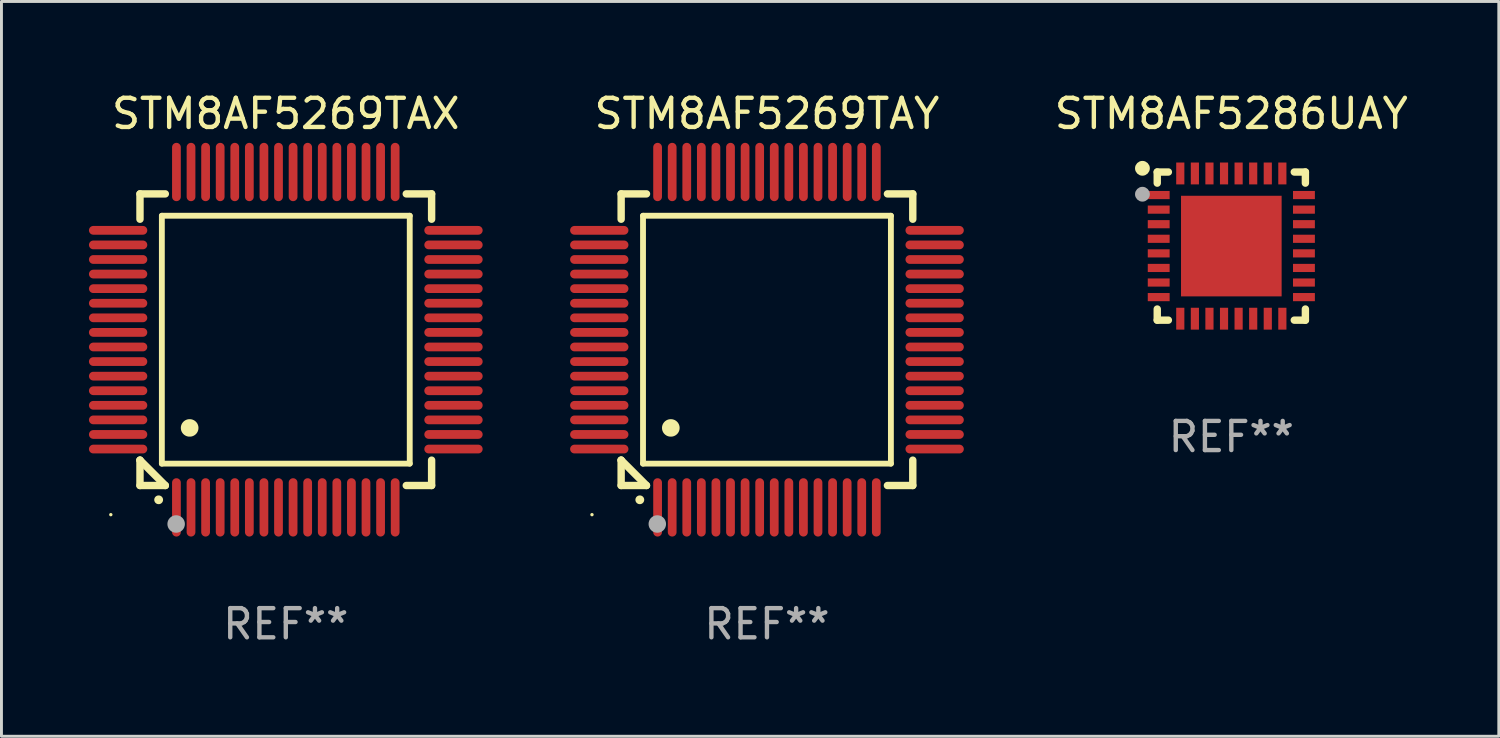
<source format=kicad_pcb>
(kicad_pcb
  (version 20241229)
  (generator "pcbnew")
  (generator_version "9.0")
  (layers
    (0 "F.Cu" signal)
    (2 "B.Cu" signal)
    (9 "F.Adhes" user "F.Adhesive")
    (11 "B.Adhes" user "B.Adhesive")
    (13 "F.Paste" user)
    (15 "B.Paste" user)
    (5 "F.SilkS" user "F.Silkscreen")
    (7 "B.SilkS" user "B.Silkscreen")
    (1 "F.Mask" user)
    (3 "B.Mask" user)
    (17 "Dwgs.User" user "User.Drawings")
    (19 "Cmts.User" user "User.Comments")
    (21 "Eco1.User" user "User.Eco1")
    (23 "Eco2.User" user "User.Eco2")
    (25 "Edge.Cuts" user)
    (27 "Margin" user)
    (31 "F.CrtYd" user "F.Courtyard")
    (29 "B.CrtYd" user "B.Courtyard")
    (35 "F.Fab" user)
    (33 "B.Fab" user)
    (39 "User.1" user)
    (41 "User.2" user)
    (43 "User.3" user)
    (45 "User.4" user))
  (footprint "STM8AF5269TAY"
    (layer "F.Cu")
    (at 23.249 8.598)
    (property "Reference" "STM8AF5269TAY" (at 0 -7.75 0) (layer "F.SilkS") (effects (font (size 1 1) (thickness 0.15))))
    (attr through_hole)
    (fp_line (start -5 -5) (end -4.131 -5) (stroke (width 0.254) (type solid)) (layer "F.SilkS"))
    (fp_line (start -5 -4.131) (end -5 -5) (stroke (width 0.254) (type solid)) (layer "F.SilkS"))
    (fp_line (start -5 4.131) (end -5 4.131) (stroke (width 0.254) (type solid)) (layer "F.SilkS"))
    (fp_line (start -5 5) (end -5 4.131) (stroke (width 0.254) (type solid)) (layer "F.SilkS"))
    (fp_line (start -5 4.131) (end -4.131 5) (stroke (width 0.254) (type solid)) (layer "F.SilkS"))
    (fp_line (start -4.25 -4.25) (end -4.25 4.25) (stroke (width 0.2) (type solid)) (layer "F.SilkS"))
    (fp_line (start -4.25 4.25) (end 4.25 4.25) (stroke (width 0.2) (type solid)) (layer "F.SilkS"))
    (fp_line (start -4.131 5) (end -5 5) (stroke (width 0.254) (type solid)) (layer "F.SilkS"))
    (fp_line (start 4.25 -4.25) (end -4.25 -4.25) (stroke (width 0.2) (type solid)) (layer "F.SilkS"))
    (fp_line (start 4.25 4.25) (end 4.25 -4.25) (stroke (width 0.2) (type solid)) (layer "F.SilkS"))
    (fp_line (start 5 -5) (end 4.131 -5) (stroke (width 0.254) (type solid)) (layer "F.SilkS"))
    (fp_line (start 5 -5) (end 5 -4.131) (stroke (width 0.254) (type solid)) (layer "F.SilkS"))
    (fp_line (start 5 4.131) (end 5 5) (stroke (width 0.254) (type solid)) (layer "F.SilkS"))
    (fp_line (start 5 5) (end 4.131 5) (stroke (width 0.254) (type solid)) (layer "F.SilkS"))
    (fp_arc (start -4.361265 5.489992) (mid -4.359995 5.489987) (end -4.358725 5.489992) (stroke (width 0.3) (type solid)) (layer "F.SilkS"))
    (fp_arc (start -3.299467 3.025146) (mid -3.296927 3.025135) (end -3.294387 3.025146) (stroke (width 0.6) (type solid)) (layer "F.SilkS"))
    (fp_circle (center -6 6) (end -5.97 6) (stroke (width 0.06) (type solid)) (fill no) (layer "F.SilkS"))
    (fp_circle (center -3.76 6.32) (end -3.61 6.32) (stroke (width 0.3) (type solid)) (fill no) (layer "F.Fab"))
    (fp_text user "REF**" (at 0 9.75 0) (layer "F.Fab") (effects (font (size 1 1) (thickness 0.15))))
    (pad "1" smd oval (at -3.75 5.75) (size 0.3 2) (layers "F.Cu" "F.Mask" "F.Paste"))
    (pad "2" smd oval (at -3.25 5.75) (size 0.3 2) (layers "F.Cu" "F.Mask" "F.Paste"))
    (pad "3" smd oval (at -2.75 5.75) (size 0.3 2) (layers "F.Cu" "F.Mask" "F.Paste"))
    (pad "4" smd oval (at -2.25 5.75) (size 0.3 2) (layers "F.Cu" "F.Mask" "F.Paste"))
    (pad "5" smd oval (at -1.75 5.75) (size 0.3 2) (layers "F.Cu" "F.Mask" "F.Paste"))
    (pad "6" smd oval (at -1.25 5.75) (size 0.3 2) (layers "F.Cu" "F.Mask" "F.Paste"))
    (pad "7" smd oval (at -0.75 5.75) (size 0.3 2) (layers "F.Cu" "F.Mask" "F.Paste"))
    (pad "8" smd oval (at -0.25 5.75) (size 0.3 2) (layers "F.Cu" "F.Mask" "F.Paste"))
    (pad "9" smd oval (at 0.25 5.75) (size 0.3 2) (layers "F.Cu" "F.Mask" "F.Paste"))
    (pad "10" smd oval (at 0.75 5.75) (size 0.3 2) (layers "F.Cu" "F.Mask" "F.Paste"))
    (pad "11" smd oval (at 1.25 5.75) (size 0.3 2) (layers "F.Cu" "F.Mask" "F.Paste"))
    (pad "12" smd oval (at 1.75 5.75) (size 0.3 2) (layers "F.Cu" "F.Mask" "F.Paste"))
    (pad "13" smd oval (at 2.25 5.75) (size 0.3 2) (layers "F.Cu" "F.Mask" "F.Paste"))
    (pad "14" smd oval (at 2.75 5.75) (size 0.3 2) (layers "F.Cu" "F.Mask" "F.Paste"))
    (pad "15" smd oval (at 3.25 5.75) (size 0.3 2) (layers "F.Cu" "F.Mask" "F.Paste"))
    (pad "16" smd oval (at 3.75 5.75) (size 0.3 2) (layers "F.Cu" "F.Mask" "F.Paste"))
    (pad "17" smd oval (at 5.75 3.75) (size 2 0.3) (layers "F.Cu" "F.Mask" "F.Paste"))
    (pad "18" smd oval (at 5.75 3.25) (size 2 0.3) (layers "F.Cu" "F.Mask" "F.Paste"))
    (pad "19" smd oval (at 5.75 2.75) (size 2 0.3) (layers "F.Cu" "F.Mask" "F.Paste"))
    (pad "20" smd oval (at 5.75 2.25) (size 2 0.3) (layers "F.Cu" "F.Mask" "F.Paste"))
    (pad "21" smd oval (at 5.75 1.75) (size 2 0.3) (layers "F.Cu" "F.Mask" "F.Paste"))
    (pad "22" smd oval (at 5.75 1.25) (size 2 0.3) (layers "F.Cu" "F.Mask" "F.Paste"))
    (pad "23" smd oval (at 5.75 0.75) (size 2 0.3) (layers "F.Cu" "F.Mask" "F.Paste"))
    (pad "24" smd oval (at 5.75 0.25) (size 2 0.3) (layers "F.Cu" "F.Mask" "F.Paste"))
    (pad "25" smd oval (at 5.75 -0.25) (size 2 0.3) (layers "F.Cu" "F.Mask" "F.Paste"))
    (pad "26" smd oval (at 5.75 -0.75) (size 2 0.3) (layers "F.Cu" "F.Mask" "F.Paste"))
    (pad "27" smd oval (at 5.75 -1.25) (size 2 0.3) (layers "F.Cu" "F.Mask" "F.Paste"))
    (pad "28" smd oval (at 5.75 -1.75) (size 2 0.3) (layers "F.Cu" "F.Mask" "F.Paste"))
    (pad "29" smd oval (at 5.75 -2.25) (size 2 0.3) (layers "F.Cu" "F.Mask" "F.Paste"))
    (pad "30" smd oval (at 5.75 -2.75) (size 2 0.3) (layers "F.Cu" "F.Mask" "F.Paste"))
    (pad "31" smd oval (at 5.75 -3.25) (size 2 0.3) (layers "F.Cu" "F.Mask" "F.Paste"))
    (pad "32" smd oval (at 5.75 -3.75) (size 2 0.3) (layers "F.Cu" "F.Mask" "F.Paste"))
    (pad "33" smd oval (at 3.75 -5.75) (size 0.3 2) (layers "F.Cu" "F.Mask" "F.Paste"))
    (pad "34" smd oval (at 3.25 -5.75) (size 0.3 2) (layers "F.Cu" "F.Mask" "F.Paste"))
    (pad "35" smd oval (at 2.75 -5.75) (size 0.3 2) (layers "F.Cu" "F.Mask" "F.Paste"))
    (pad "36" smd oval (at 2.25 -5.75) (size 0.3 2) (layers "F.Cu" "F.Mask" "F.Paste"))
    (pad "37" smd oval (at 1.75 -5.75) (size 0.3 2) (layers "F.Cu" "F.Mask" "F.Paste"))
    (pad "38" smd oval (at 1.25 -5.75) (size 0.3 2) (layers "F.Cu" "F.Mask" "F.Paste"))
    (pad "39" smd oval (at 0.75 -5.75) (size 0.3 2) (layers "F.Cu" "F.Mask" "F.Paste"))
    (pad "40" smd oval (at 0.25 -5.75) (size 0.3 2) (layers "F.Cu" "F.Mask" "F.Paste"))
    (pad "41" smd oval (at -0.25 -5.75) (size 0.3 2) (layers "F.Cu" "F.Mask" "F.Paste"))
    (pad "42" smd oval (at -0.75 -5.75) (size 0.3 2) (layers "F.Cu" "F.Mask" "F.Paste"))
    (pad "43" smd oval (at -1.25 -5.75) (size 0.3 2) (layers "F.Cu" "F.Mask" "F.Paste"))
    (pad "44" smd oval (at -1.75 -5.75) (size 0.3 2) (layers "F.Cu" "F.Mask" "F.Paste"))
    (pad "45" smd oval (at -2.25 -5.75) (size 0.3 2) (layers "F.Cu" "F.Mask" "F.Paste"))
    (pad "46" smd oval (at -2.75 -5.75) (size 0.3 2) (layers "F.Cu" "F.Mask" "F.Paste"))
    (pad "47" smd oval (at -3.25 -5.75) (size 0.3 2) (layers "F.Cu" "F.Mask" "F.Paste"))
    (pad "48" smd oval (at -3.75 -5.75) (size 0.3 2) (layers "F.Cu" "F.Mask" "F.Paste"))
    (pad "49" smd oval (at -5.75 -3.75) (size 2 0.3) (layers "F.Cu" "F.Mask" "F.Paste"))
    (pad "50" smd oval (at -5.75 -3.25) (size 2 0.3) (layers "F.Cu" "F.Mask" "F.Paste"))
    (pad "51" smd oval (at -5.75 -2.75) (size 2 0.3) (layers "F.Cu" "F.Mask" "F.Paste"))
    (pad "52" smd oval (at -5.75 -2.25) (size 2 0.3) (layers "F.Cu" "F.Mask" "F.Paste"))
    (pad "53" smd oval (at -5.75 -1.75) (size 2 0.3) (layers "F.Cu" "F.Mask" "F.Paste"))
    (pad "54" smd oval (at -5.75 -1.25) (size 2 0.3) (layers "F.Cu" "F.Mask" "F.Paste"))
    (pad "55" smd oval (at -5.75 -0.75) (size 2 0.3) (layers "F.Cu" "F.Mask" "F.Paste"))
    (pad "56" smd oval (at -5.75 -0.25) (size 2 0.3) (layers "F.Cu" "F.Mask" "F.Paste"))
    (pad "57" smd oval (at -5.75 0.25) (size 2 0.3) (layers "F.Cu" "F.Mask" "F.Paste"))
    (pad "58" smd oval (at -5.75 0.75) (size 2 0.3) (layers "F.Cu" "F.Mask" "F.Paste"))
    (pad "59" smd oval (at -5.75 1.25) (size 2 0.3) (layers "F.Cu" "F.Mask" "F.Paste"))
    (pad "60" smd oval (at -5.75 1.75) (size 2 0.3) (layers "F.Cu" "F.Mask" "F.Paste"))
    (pad "61" smd oval (at -5.75 2.25) (size 2 0.3) (layers "F.Cu" "F.Mask" "F.Paste"))
    (pad "62" smd oval (at -5.75 2.75) (size 2 0.3) (layers "F.Cu" "F.Mask" "F.Paste"))
    (pad "63" smd oval (at -5.75 3.25) (size 2 0.3) (layers "F.Cu" "F.Mask" "F.Paste"))
    (pad "64" smd oval (at -5.75 3.75) (size 2 0.3) (layers "F.Cu" "F.Mask" "F.Paste")))
  (footprint "STM8AF5269TAX"
    (layer "F.Cu")
    (at 6.75 8.598)
    (property "Reference" "STM8AF5269TAX" (at 0 -7.75 0) (layer "F.SilkS") (effects (font (size 1 1) (thickness 0.15))))
    (attr through_hole)
    (fp_line (start -5 -5) (end -4.131 -5) (stroke (width 0.254) (type solid)) (layer "F.SilkS"))
    (fp_line (start -5 -4.131) (end -5 -5) (stroke (width 0.254) (type solid)) (layer "F.SilkS"))
    (fp_line (start -5 4.131) (end -5 4.131) (stroke (width 0.254) (type solid)) (layer "F.SilkS"))
    (fp_line (start -5 5) (end -5 4.131) (stroke (width 0.254) (type solid)) (layer "F.SilkS"))
    (fp_line (start -5 4.131) (end -4.131 5) (stroke (width 0.254) (type solid)) (layer "F.SilkS"))
    (fp_line (start -4.25 -4.25) (end -4.25 4.25) (stroke (width 0.2) (type solid)) (layer "F.SilkS"))
    (fp_line (start -4.25 4.25) (end 4.25 4.25) (stroke (width 0.2) (type solid)) (layer "F.SilkS"))
    (fp_line (start -4.131 5) (end -5 5) (stroke (width 0.254) (type solid)) (layer "F.SilkS"))
    (fp_line (start 4.25 -4.25) (end -4.25 -4.25) (stroke (width 0.2) (type solid)) (layer "F.SilkS"))
    (fp_line (start 4.25 4.25) (end 4.25 -4.25) (stroke (width 0.2) (type solid)) (layer "F.SilkS"))
    (fp_line (start 5 -5) (end 4.131 -5) (stroke (width 0.254) (type solid)) (layer "F.SilkS"))
    (fp_line (start 5 -5) (end 5 -4.131) (stroke (width 0.254) (type solid)) (layer "F.SilkS"))
    (fp_line (start 5 4.131) (end 5 5) (stroke (width 0.254) (type solid)) (layer "F.SilkS"))
    (fp_line (start 5 5) (end 4.131 5) (stroke (width 0.254) (type solid)) (layer "F.SilkS"))
    (fp_arc (start -4.361265 5.489992) (mid -4.359995 5.489987) (end -4.358725 5.489992) (stroke (width 0.3) (type solid)) (layer "F.SilkS"))
    (fp_arc (start -3.299467 3.025146) (mid -3.296927 3.025135) (end -3.294387 3.025146) (stroke (width 0.6) (type solid)) (layer "F.SilkS"))
    (fp_circle (center -6 6) (end -5.97 6) (stroke (width 0.06) (type solid)) (fill no) (layer "F.SilkS"))
    (fp_circle (center -3.76 6.32) (end -3.61 6.32) (stroke (width 0.3) (type solid)) (fill no) (layer "F.Fab"))
    (fp_text user "REF**" (at 0 9.75 0) (layer "F.Fab") (effects (font (size 1 1) (thickness 0.15))))
    (pad "1" smd oval (at -3.75 5.75) (size 0.3 2) (layers "F.Cu" "F.Mask" "F.Paste"))
    (pad "2" smd oval (at -3.25 5.75) (size 0.3 2) (layers "F.Cu" "F.Mask" "F.Paste"))
    (pad "3" smd oval (at -2.75 5.75) (size 0.3 2) (layers "F.Cu" "F.Mask" "F.Paste"))
    (pad "4" smd oval (at -2.25 5.75) (size 0.3 2) (layers "F.Cu" "F.Mask" "F.Paste"))
    (pad "5" smd oval (at -1.75 5.75) (size 0.3 2) (layers "F.Cu" "F.Mask" "F.Paste"))
    (pad "6" smd oval (at -1.25 5.75) (size 0.3 2) (layers "F.Cu" "F.Mask" "F.Paste"))
    (pad "7" smd oval (at -0.75 5.75) (size 0.3 2) (layers "F.Cu" "F.Mask" "F.Paste"))
    (pad "8" smd oval (at -0.25 5.75) (size 0.3 2) (layers "F.Cu" "F.Mask" "F.Paste"))
    (pad "9" smd oval (at 0.25 5.75) (size 0.3 2) (layers "F.Cu" "F.Mask" "F.Paste"))
    (pad "10" smd oval (at 0.75 5.75) (size 0.3 2) (layers "F.Cu" "F.Mask" "F.Paste"))
    (pad "11" smd oval (at 1.25 5.75) (size 0.3 2) (layers "F.Cu" "F.Mask" "F.Paste"))
    (pad "12" smd oval (at 1.75 5.75) (size 0.3 2) (layers "F.Cu" "F.Mask" "F.Paste"))
    (pad "13" smd oval (at 2.25 5.75) (size 0.3 2) (layers "F.Cu" "F.Mask" "F.Paste"))
    (pad "14" smd oval (at 2.75 5.75) (size 0.3 2) (layers "F.Cu" "F.Mask" "F.Paste"))
    (pad "15" smd oval (at 3.25 5.75) (size 0.3 2) (layers "F.Cu" "F.Mask" "F.Paste"))
    (pad "16" smd oval (at 3.75 5.75) (size 0.3 2) (layers "F.Cu" "F.Mask" "F.Paste"))
    (pad "17" smd oval (at 5.75 3.75) (size 2 0.3) (layers "F.Cu" "F.Mask" "F.Paste"))
    (pad "18" smd oval (at 5.75 3.25) (size 2 0.3) (layers "F.Cu" "F.Mask" "F.Paste"))
    (pad "19" smd oval (at 5.75 2.75) (size 2 0.3) (layers "F.Cu" "F.Mask" "F.Paste"))
    (pad "20" smd oval (at 5.75 2.25) (size 2 0.3) (layers "F.Cu" "F.Mask" "F.Paste"))
    (pad "21" smd oval (at 5.75 1.75) (size 2 0.3) (layers "F.Cu" "F.Mask" "F.Paste"))
    (pad "22" smd oval (at 5.75 1.25) (size 2 0.3) (layers "F.Cu" "F.Mask" "F.Paste"))
    (pad "23" smd oval (at 5.75 0.75) (size 2 0.3) (layers "F.Cu" "F.Mask" "F.Paste"))
    (pad "24" smd oval (at 5.75 0.25) (size 2 0.3) (layers "F.Cu" "F.Mask" "F.Paste"))
    (pad "25" smd oval (at 5.75 -0.25) (size 2 0.3) (layers "F.Cu" "F.Mask" "F.Paste"))
    (pad "26" smd oval (at 5.75 -0.75) (size 2 0.3) (layers "F.Cu" "F.Mask" "F.Paste"))
    (pad "27" smd oval (at 5.75 -1.25) (size 2 0.3) (layers "F.Cu" "F.Mask" "F.Paste"))
    (pad "28" smd oval (at 5.75 -1.75) (size 2 0.3) (layers "F.Cu" "F.Mask" "F.Paste"))
    (pad "29" smd oval (at 5.75 -2.25) (size 2 0.3) (layers "F.Cu" "F.Mask" "F.Paste"))
    (pad "30" smd oval (at 5.75 -2.75) (size 2 0.3) (layers "F.Cu" "F.Mask" "F.Paste"))
    (pad "31" smd oval (at 5.75 -3.25) (size 2 0.3) (layers "F.Cu" "F.Mask" "F.Paste"))
    (pad "32" smd oval (at 5.75 -3.75) (size 2 0.3) (layers "F.Cu" "F.Mask" "F.Paste"))
    (pad "33" smd oval (at 3.75 -5.75) (size 0.3 2) (layers "F.Cu" "F.Mask" "F.Paste"))
    (pad "34" smd oval (at 3.25 -5.75) (size 0.3 2) (layers "F.Cu" "F.Mask" "F.Paste"))
    (pad "35" smd oval (at 2.75 -5.75) (size 0.3 2) (layers "F.Cu" "F.Mask" "F.Paste"))
    (pad "36" smd oval (at 2.25 -5.75) (size 0.3 2) (layers "F.Cu" "F.Mask" "F.Paste"))
    (pad "37" smd oval (at 1.75 -5.75) (size 0.3 2) (layers "F.Cu" "F.Mask" "F.Paste"))
    (pad "38" smd oval (at 1.25 -5.75) (size 0.3 2) (layers "F.Cu" "F.Mask" "F.Paste"))
    (pad "39" smd oval (at 0.75 -5.75) (size 0.3 2) (layers "F.Cu" "F.Mask" "F.Paste"))
    (pad "40" smd oval (at 0.25 -5.75) (size 0.3 2) (layers "F.Cu" "F.Mask" "F.Paste"))
    (pad "41" smd oval (at -0.25 -5.75) (size 0.3 2) (layers "F.Cu" "F.Mask" "F.Paste"))
    (pad "42" smd oval (at -0.75 -5.75) (size 0.3 2) (layers "F.Cu" "F.Mask" "F.Paste"))
    (pad "43" smd oval (at -1.25 -5.75) (size 0.3 2) (layers "F.Cu" "F.Mask" "F.Paste"))
    (pad "44" smd oval (at -1.75 -5.75) (size 0.3 2) (layers "F.Cu" "F.Mask" "F.Paste"))
    (pad "45" smd oval (at -2.25 -5.75) (size 0.3 2) (layers "F.Cu" "F.Mask" "F.Paste"))
    (pad "46" smd oval (at -2.75 -5.75) (size 0.3 2) (layers "F.Cu" "F.Mask" "F.Paste"))
    (pad "47" smd oval (at -3.25 -5.75) (size 0.3 2) (layers "F.Cu" "F.Mask" "F.Paste"))
    (pad "48" smd oval (at -3.75 -5.75) (size 0.3 2) (layers "F.Cu" "F.Mask" "F.Paste"))
    (pad "49" smd oval (at -5.75 -3.75) (size 2 0.3) (layers "F.Cu" "F.Mask" "F.Paste"))
    (pad "50" smd oval (at -5.75 -3.25) (size 2 0.3) (layers "F.Cu" "F.Mask" "F.Paste"))
    (pad "51" smd oval (at -5.75 -2.75) (size 2 0.3) (layers "F.Cu" "F.Mask" "F.Paste"))
    (pad "52" smd oval (at -5.75 -2.25) (size 2 0.3) (layers "F.Cu" "F.Mask" "F.Paste"))
    (pad "53" smd oval (at -5.75 -1.75) (size 2 0.3) (layers "F.Cu" "F.Mask" "F.Paste"))
    (pad "54" smd oval (at -5.75 -1.25) (size 2 0.3) (layers "F.Cu" "F.Mask" "F.Paste"))
    (pad "55" smd oval (at -5.75 -0.75) (size 2 0.3) (layers "F.Cu" "F.Mask" "F.Paste"))
    (pad "56" smd oval (at -5.75 -0.25) (size 2 0.3) (layers "F.Cu" "F.Mask" "F.Paste"))
    (pad "57" smd oval (at -5.75 0.25) (size 2 0.3) (layers "F.Cu" "F.Mask" "F.Paste"))
    (pad "58" smd oval (at -5.75 0.75) (size 2 0.3) (layers "F.Cu" "F.Mask" "F.Paste"))
    (pad "59" smd oval (at -5.75 1.25) (size 2 0.3) (layers "F.Cu" "F.Mask" "F.Paste"))
    (pad "60" smd oval (at -5.75 1.75) (size 2 0.3) (layers "F.Cu" "F.Mask" "F.Paste"))
    (pad "61" smd oval (at -5.75 2.25) (size 2 0.3) (layers "F.Cu" "F.Mask" "F.Paste"))
    (pad "62" smd oval (at -5.75 2.75) (size 2 0.3) (layers "F.Cu" "F.Mask" "F.Paste"))
    (pad "63" smd oval (at -5.75 3.25) (size 2 0.3) (layers "F.Cu" "F.Mask" "F.Paste"))
    (pad "64" smd oval (at -5.75 3.75) (size 2 0.3) (layers "F.Cu" "F.Mask" "F.Paste")))
  (footprint "STM8AF5286UAY"
    (layer "F.Cu")
    (at 39.172 5.388)
    (property "Reference" "STM8AF5286UAY" (at 0 -4.54 0) (layer "F.SilkS") (effects (font (size 1 1) (thickness 0.15))))
    (attr through_hole)
    (fp_line (start -2.54 -2.54) (end -2.159 -2.54) (stroke (width 0.254) (type solid)) (layer "F.SilkS"))
    (fp_line (start -2.54 -2.159) (end -2.54 -2.54) (stroke (width 0.254) (type solid)) (layer "F.SilkS"))
    (fp_line (start -2.54 2.54) (end -2.54 2.159) (stroke (width 0.254) (type solid)) (layer "F.SilkS"))
    (fp_line (start -2.159 2.54) (end -2.54 2.54) (stroke (width 0.254) (type solid)) (layer "F.SilkS"))
    (fp_line (start 2.159 -2.54) (end 2.54 -2.54) (stroke (width 0.254) (type solid)) (layer "F.SilkS"))
    (fp_line (start 2.54 -2.54) (end 2.54 -2.159) (stroke (width 0.254) (type solid)) (layer "F.SilkS"))
    (fp_line (start 2.54 2.159) (end 2.54 2.54) (stroke (width 0.254) (type solid)) (layer "F.SilkS"))
    (fp_line (start 2.54 2.54) (end 2.159 2.54) (stroke (width 0.254) (type solid)) (layer "F.SilkS"))
    (fp_circle (center -3.048 -2.667) (end -2.921 -2.667) (stroke (width 0.254) (type solid)) (fill no) (layer "F.SilkS"))
    (fp_circle (center -2.5 -2.5) (end -2.47 -2.5) (stroke (width 0.06) (type solid)) (fill no) (layer "F.SilkS"))
    (fp_circle (center -3.048 -1.778) (end -2.921 -1.778) (stroke (width 0.254) (type solid)) (fill no) (layer "F.Fab"))
    (fp_text user "REF**" (at 0 6.54 0) (layer "F.Fab") (effects (font (size 1 1) (thickness 0.15))))
    (pad "1" smd rect (at -2.49 -1.75) (size 0.75 0.28) (layers "F.Cu" "F.Mask" "F.Paste"))
    (pad "2" smd rect (at -2.49 -1.25) (size 0.75 0.28) (layers "F.Cu" "F.Mask" "F.Paste"))
    (pad "3" smd rect (at -2.49 -0.75) (size 0.75 0.28) (layers "F.Cu" "F.Mask" "F.Paste"))
    (pad "4" smd rect (at -2.49 -0.25) (size 0.75 0.28) (layers "F.Cu" "F.Mask" "F.Paste"))
    (pad "5" smd rect (at -2.49 0.25) (size 0.75 0.28) (layers "F.Cu" "F.Mask" "F.Paste"))
    (pad "6" smd rect (at -2.49 0.75) (size 0.75 0.28) (layers "F.Cu" "F.Mask" "F.Paste"))
    (pad "7" smd rect (at -2.49 1.25) (size 0.75 0.28) (layers "F.Cu" "F.Mask" "F.Paste"))
    (pad "8" smd rect (at -2.49 1.75) (size 0.75 0.28) (layers "F.Cu" "F.Mask" "F.Paste"))
    (pad "9" smd rect (at -1.75 2.49) (size 0.28 0.75) (layers "F.Cu" "F.Mask" "F.Paste"))
    (pad "10" smd rect (at -1.25 2.49) (size 0.28 0.75) (layers "F.Cu" "F.Mask" "F.Paste"))
    (pad "11" smd rect (at -0.75 2.49) (size 0.28 0.75) (layers "F.Cu" "F.Mask" "F.Paste"))
    (pad "12" smd rect (at -0.25 2.49) (size 0.28 0.75) (layers "F.Cu" "F.Mask" "F.Paste"))
    (pad "13" smd rect (at 0.25 2.49) (size 0.28 0.75) (layers "F.Cu" "F.Mask" "F.Paste"))
    (pad "14" smd rect (at 0.75 2.49) (size 0.28 0.75) (layers "F.Cu" "F.Mask" "F.Paste"))
    (pad "15" smd rect (at 1.25 2.49) (size 0.28 0.75) (layers "F.Cu" "F.Mask" "F.Paste"))
    (pad "16" smd rect (at 1.75 2.49) (size 0.28 0.75) (layers "F.Cu" "F.Mask" "F.Paste"))
    (pad "17" smd rect (at 2.49 1.75) (size 0.75 0.28) (layers "F.Cu" "F.Mask" "F.Paste"))
    (pad "18" smd rect (at 2.49 1.25) (size 0.75 0.28) (layers "F.Cu" "F.Mask" "F.Paste"))
    (pad "19" smd rect (at 2.49 0.75) (size 0.75 0.28) (layers "F.Cu" "F.Mask" "F.Paste"))
    (pad "20" smd rect (at 2.49 0.25) (size 0.75 0.28) (layers "F.Cu" "F.Mask" "F.Paste"))
    (pad "21" smd rect (at 2.49 -0.25) (size 0.75 0.28) (layers "F.Cu" "F.Mask" "F.Paste"))
    (pad "22" smd rect (at 2.49 -0.75) (size 0.75 0.28) (layers "F.Cu" "F.Mask" "F.Paste"))
    (pad "23" smd rect (at 2.49 -1.25) (size 0.75 0.28) (layers "F.Cu" "F.Mask" "F.Paste"))
    (pad "24" smd rect (at 2.49 -1.75) (size 0.75 0.28) (layers "F.Cu" "F.Mask" "F.Paste"))
    (pad "25" smd rect (at 1.75 -2.49) (size 0.28 0.75) (layers "F.Cu" "F.Mask" "F.Paste"))
    (pad "26" smd rect (at 1.25 -2.49) (size 0.28 0.75) (layers "F.Cu" "F.Mask" "F.Paste"))
    (pad "27" smd rect (at 0.75 -2.49) (size 0.28 0.75) (layers "F.Cu" "F.Mask" "F.Paste"))
    (pad "28" smd rect (at 0.25 -2.49) (size 0.28 0.75) (layers "F.Cu" "F.Mask" "F.Paste"))
    (pad "29" smd rect (at -0.25 -2.49) (size 0.28 0.75) (layers "F.Cu" "F.Mask" "F.Paste"))
    (pad "30" smd rect (at -0.75 -2.49) (size 0.28 0.75) (layers "F.Cu" "F.Mask" "F.Paste"))
    (pad "31" smd rect (at -1.25 -2.49) (size 0.28 0.75) (layers "F.Cu" "F.Mask" "F.Paste"))
    (pad "32" smd rect (at -1.75 -2.49) (size 0.28 0.75) (layers "F.Cu" "F.Mask" "F.Paste"))
    (pad "33" smd rect (at 0 0) (size 3.45 3.45) (layers "F.Cu" "F.Mask" "F.Paste")))
  (gr_rect
    (start -3 -3)
    (end 48.344 22.196)
    (stroke (width 0.1) (type default))
    (fill no)
    (layer "Edge.Cuts")))
</source>
